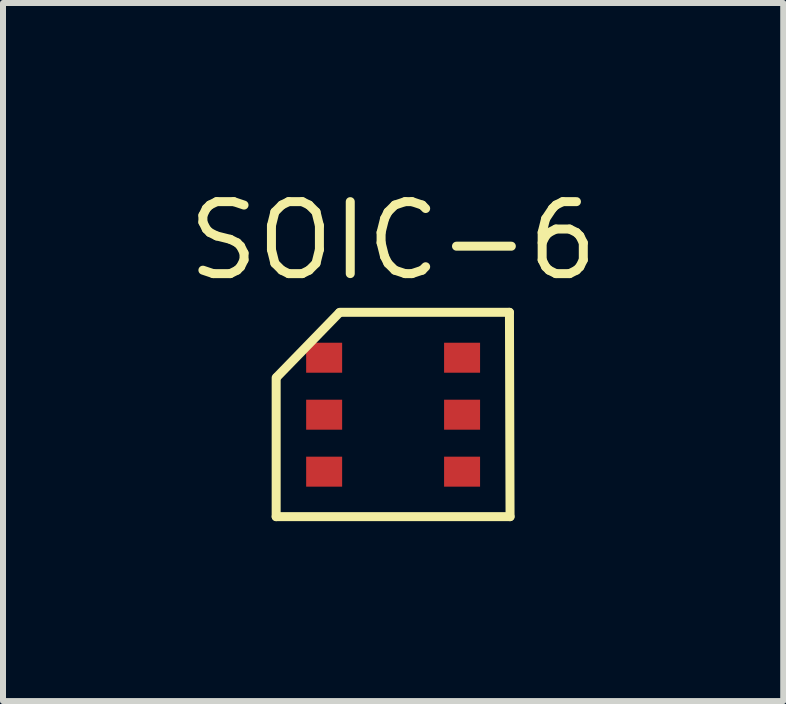
<source format=kicad_pcb>
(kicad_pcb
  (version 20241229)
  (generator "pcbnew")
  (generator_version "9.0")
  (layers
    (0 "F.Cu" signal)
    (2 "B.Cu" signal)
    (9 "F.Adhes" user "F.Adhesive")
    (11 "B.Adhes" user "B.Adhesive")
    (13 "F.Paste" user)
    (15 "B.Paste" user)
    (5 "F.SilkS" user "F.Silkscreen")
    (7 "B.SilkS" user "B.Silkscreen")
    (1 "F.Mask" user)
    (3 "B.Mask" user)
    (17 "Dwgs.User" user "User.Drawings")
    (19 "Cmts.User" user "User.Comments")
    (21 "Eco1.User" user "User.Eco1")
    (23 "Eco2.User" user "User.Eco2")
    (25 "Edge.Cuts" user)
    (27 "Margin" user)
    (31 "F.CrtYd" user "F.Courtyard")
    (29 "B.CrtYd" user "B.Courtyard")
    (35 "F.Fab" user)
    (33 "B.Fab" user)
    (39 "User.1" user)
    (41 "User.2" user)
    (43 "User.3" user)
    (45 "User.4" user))
  (footprint "SOIC-6"
    (layer "F.Cu")
    (at 3.505 3.868)
    (property "Reference" "SOIC-6" (at -0.000178 -2.903 0) (layer "F.SilkS") (effects (font (size 1.2 1.2) (thickness 0.15))))
    (attr through_hole)
    (fp_line (start -1.95 1.697) (end 1.95 1.697) (stroke (width 0.15) (type solid)) (layer "F.SilkS"))
    (fp_line (start -1.95 -0.62) (end -1.95 1.697) (stroke (width 0.15) (type solid)) (layer "F.SilkS"))
    (fp_line (start -1.93 -0.64) (end -0.9 -1.7) (stroke (width 0.15) (type solid)) (layer "F.SilkS"))
    (fp_line (start 1.94 -1.71) (end -0.89 -1.71) (stroke (width 0.15) (type solid)) (layer "F.SilkS"))
    (fp_line (start 1.95 1.697) (end 1.94 -1.71) (stroke (width 0.15) (type solid)) (layer "F.SilkS"))
    (pad "1" smd rect (at -1.15 -0.953 270) (size 0.5 0.6) (layers "F.Cu" "F.Mask" "F.Paste"))
    (pad "2" smd rect (at -1.15 -0.003 270) (size 0.5 0.6) (layers "F.Cu" "F.Mask" "F.Paste"))
    (pad "3" smd rect (at -1.15 0.947 270) (size 0.5 0.6) (layers "F.Cu" "F.Mask" "F.Paste"))
    (pad "4" smd rect (at 1.15 0.947 270) (size 0.5 0.6) (layers "F.Cu" "F.Mask" "F.Paste"))
    (pad "5" smd rect (at 1.15 -0.003 270) (size 0.5 0.6) (layers "F.Cu" "F.Mask" "F.Paste"))
    (pad "6" smd rect (at 1.15 -0.953 270) (size 0.5 0.6) (layers "F.Cu" "F.Mask" "F.Paste")))
  (gr_rect
    (start -3 -3)
    (end 10.01 8.64)
    (stroke (width 0.1) (type default))
    (fill no)
    (layer "Edge.Cuts")))
</source>
